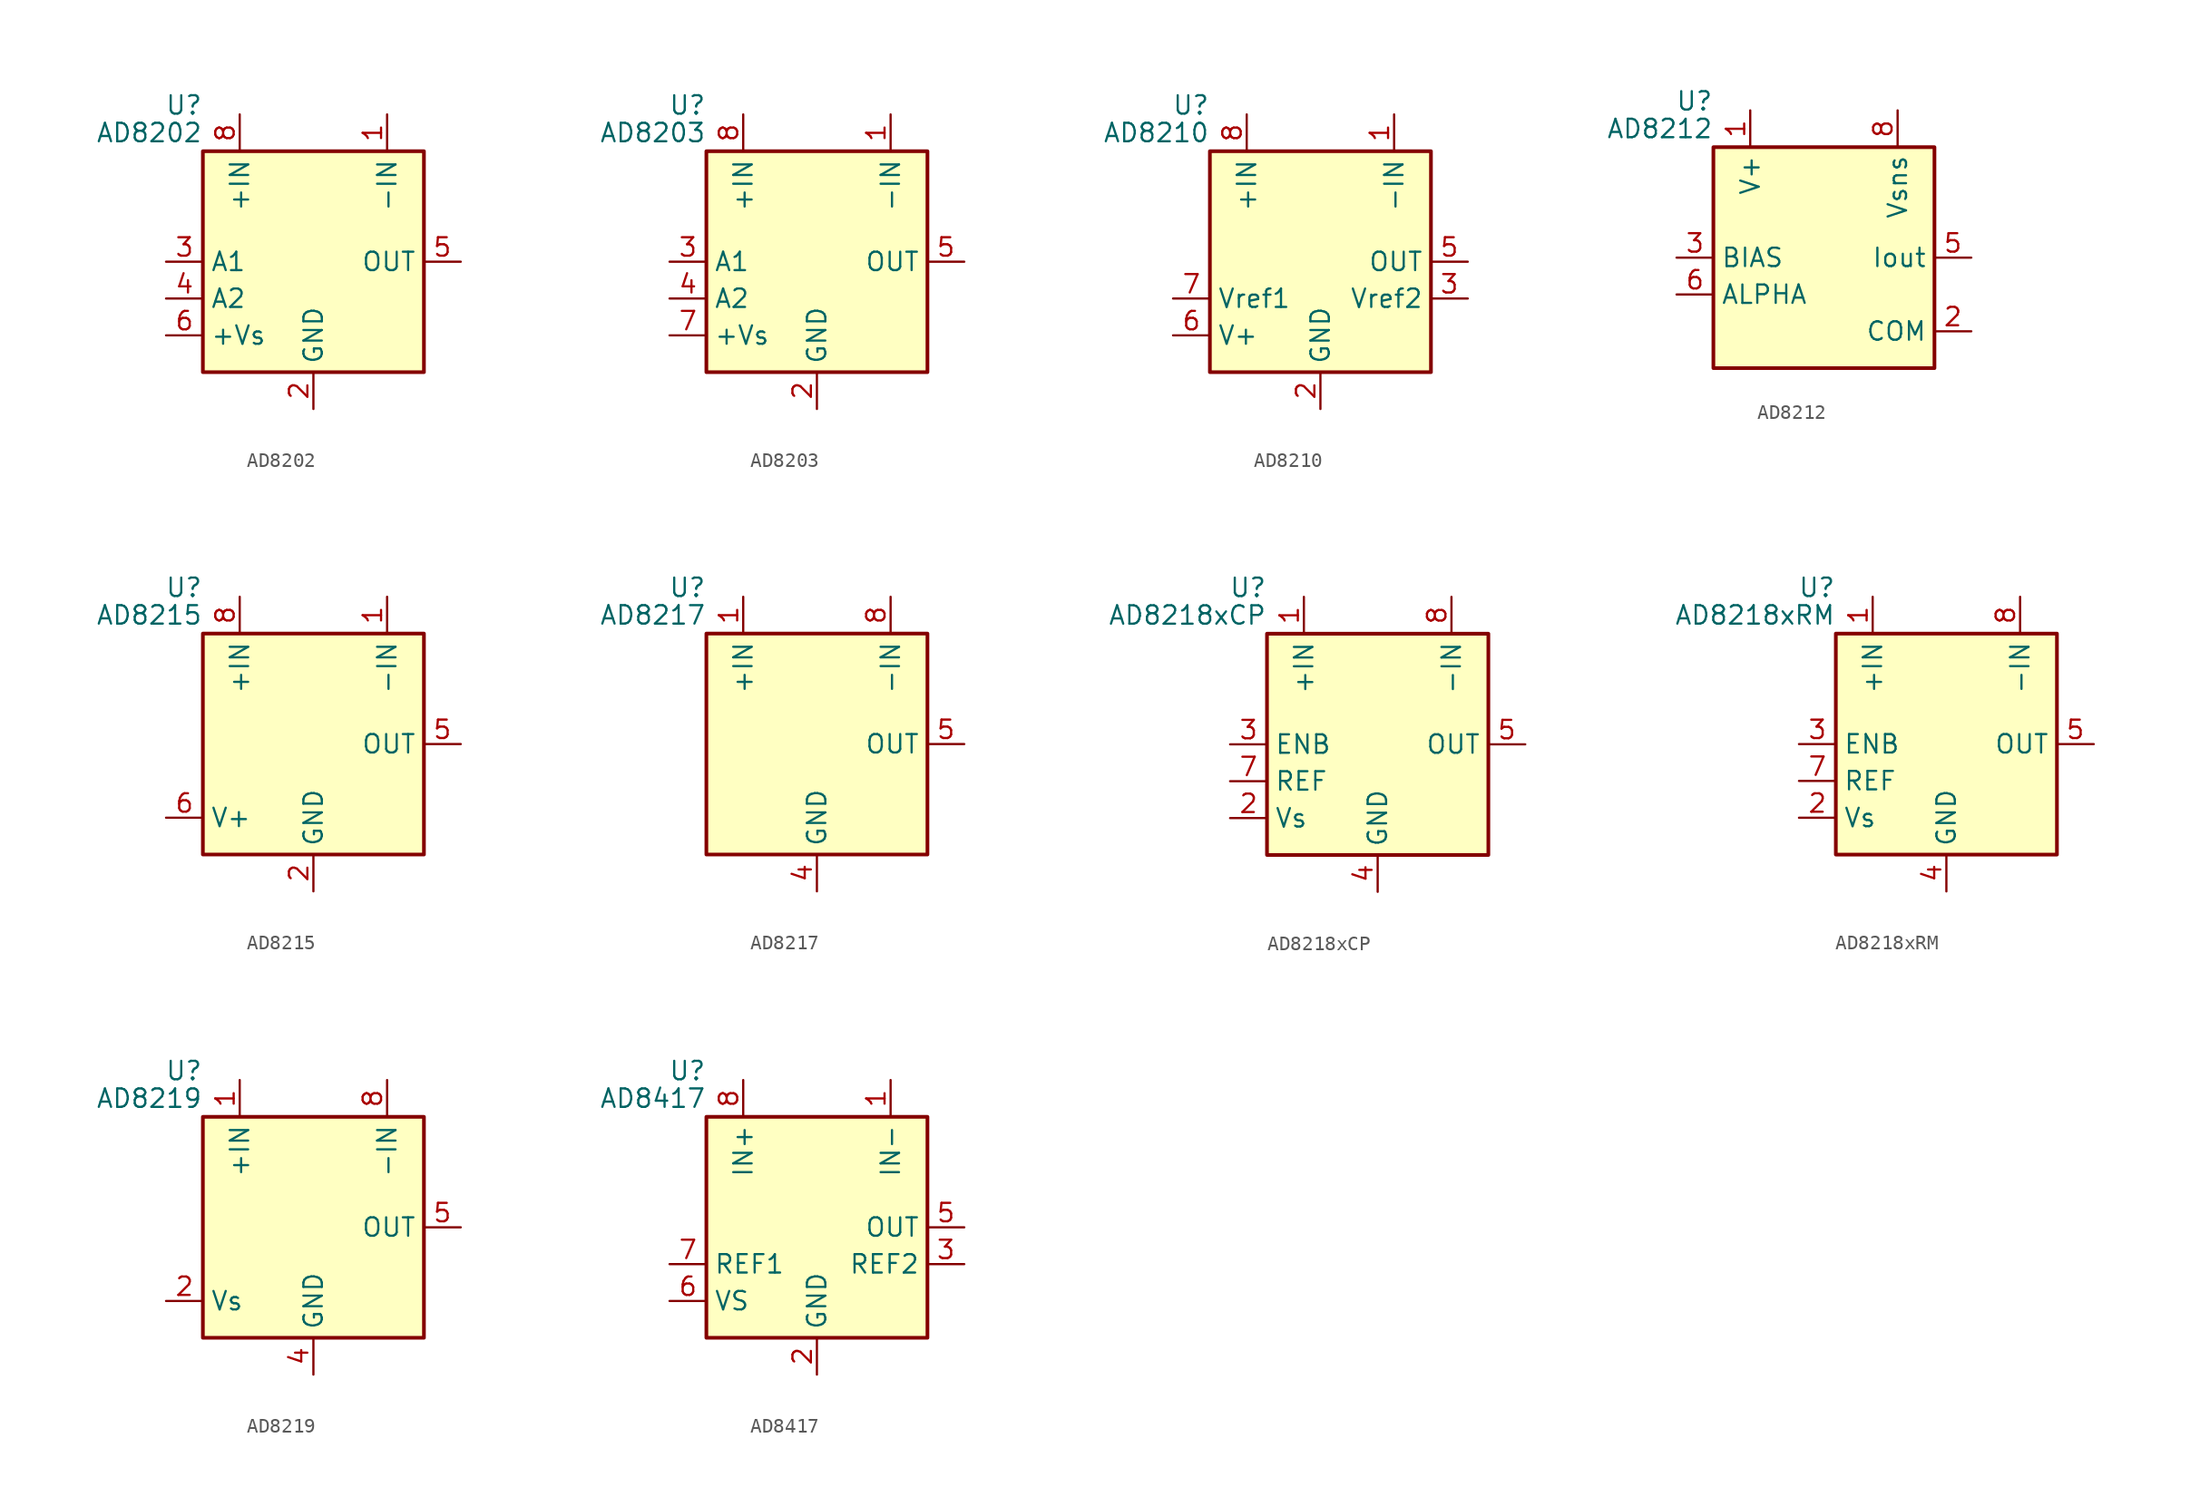
<source format=kicad_sym>
(kicad_symbol_lib
  (version 20200908)
  (generator kicad_symbol_editor)
  (symbol "Amplifier_Current:AD8202"
    (property "Reference" "U"
      (at -7.62 10.795 0)
      (effects (font (size 1.27 1.27)) (justify right)))
    (property "Value" "AD8202"
      (at -7.62 8.89 0)
      (effects (font (size 1.27 1.27)) (justify right)))
    (symbol "AD8202_0_1"
      (rectangle (start -7.62 7.62) (end 7.62 -7.62) (stroke (width 0.254)) (fill (type background))))
    (symbol "AD8202_1_1"
      (pin input line (at 5.08 10.16 270) (length 2.54) (name "-IN" (effects (font (size 1.27 1.27)))) (number "1" (effects (font (size 1.27 1.27)))))
      (pin power_in line (at 0 -10.16 90) (length 2.54) (name "GND" (effects (font (size 1.27 1.27)))) (number "2" (effects (font (size 1.27 1.27)))))
      (pin output line (at -10.16 0 0) (length 2.54) (name "A1" (effects (font (size 1.27 1.27)))) (number "3" (effects (font (size 1.27 1.27)))))
      (pin input line (at -10.16 -2.54 0) (length 2.54) (name "A2" (effects (font (size 1.27 1.27)))) (number "4" (effects (font (size 1.27 1.27)))))
      (pin output line (at 10.16 0 180) (length 2.54) (name "OUT" (effects (font (size 1.27 1.27)))) (number "5" (effects (font (size 1.27 1.27)))))
      (pin power_in line (at -10.16 -5.08 0) (length 2.54) (name "+Vs" (effects (font (size 1.27 1.27)))) (number "6" (effects (font (size 1.27 1.27)))))
      (pin unconnected line (at 2.54 -7.62 90) (length 2.54) hide (name "NC" (effects (font (size 1.27 1.27)))) (number "7" (effects (font (size 1.27 1.27)))))
      (pin input line (at -5.08 10.16 270) (length 2.54) (name "+IN" (effects (font (size 1.27 1.27)))) (number "8" (effects (font (size 1.27 1.27)))))))
  (symbol "Amplifier_Current:AD8203"
    (property "Reference" "U"
      (at -7.62 10.795 0)
      (effects (font (size 1.27 1.27)) (justify right)))
    (property "Value" "AD8203"
      (at -7.62 8.89 0)
      (effects (font (size 1.27 1.27)) (justify right)))
    (symbol "AD8203_0_1"
      (rectangle (start -7.62 7.62) (end 7.62 -7.62) (stroke (width 0.254)) (fill (type background))))
    (symbol "AD8203_1_1"
      (pin input line (at 5.08 10.16 270) (length 2.54) (name "-IN" (effects (font (size 1.27 1.27)))) (number "1" (effects (font (size 1.27 1.27)))))
      (pin power_in line (at 0 -10.16 90) (length 2.54) (name "GND" (effects (font (size 1.27 1.27)))) (number "2" (effects (font (size 1.27 1.27)))))
      (pin output line (at -10.16 0 0) (length 2.54) (name "A1" (effects (font (size 1.27 1.27)))) (number "3" (effects (font (size 1.27 1.27)))))
      (pin input line (at -10.16 -2.54 0) (length 2.54) (name "A2" (effects (font (size 1.27 1.27)))) (number "4" (effects (font (size 1.27 1.27)))))
      (pin output line (at 10.16 0 180) (length 2.54) (name "OUT" (effects (font (size 1.27 1.27)))) (number "5" (effects (font (size 1.27 1.27)))))
      (pin unconnected line (at 2.54 -7.62 90) (length 2.54) hide (name "NC" (effects (font (size 1.27 1.27)))) (number "6" (effects (font (size 1.27 1.27)))))
      (pin power_in line (at -10.16 -5.08 0) (length 2.54) (name "+Vs" (effects (font (size 1.27 1.27)))) (number "7" (effects (font (size 1.27 1.27)))))
      (pin input line (at -5.08 10.16 270) (length 2.54) (name "+IN" (effects (font (size 1.27 1.27)))) (number "8" (effects (font (size 1.27 1.27)))))))
  (symbol "Amplifier_Current:AD8210"
    (property "Reference" "U"
      (at -7.62 10.795 0)
      (effects (font (size 1.27 1.27)) (justify right)))
    (property "Value" "AD8210"
      (at -7.62 8.89 0)
      (effects (font (size 1.27 1.27)) (justify right)))
    (symbol "AD8210_0_1"
      (rectangle (start -7.62 7.62) (end 7.62 -7.62) (stroke (width 0.254)) (fill (type background))))
    (symbol "AD8210_1_1"
      (pin input line (at 5.08 10.16 270) (length 2.54) (name "-IN" (effects (font (size 1.27 1.27)))) (number "1" (effects (font (size 1.27 1.27)))))
      (pin power_in line (at 0 -10.16 90) (length 2.54) (name "GND" (effects (font (size 1.27 1.27)))) (number "2" (effects (font (size 1.27 1.27)))))
      (pin input line (at 10.16 -2.54 180) (length 2.54) (name "Vref2" (effects (font (size 1.27 1.27)))) (number "3" (effects (font (size 1.27 1.27)))))
      (pin unconnected line (at 2.54 -7.62 90) (length 2.54) hide (name "NC" (effects (font (size 1.27 1.27)))) (number "4" (effects (font (size 1.27 1.27)))))
      (pin output line (at 10.16 0 180) (length 2.54) (name "OUT" (effects (font (size 1.27 1.27)))) (number "5" (effects (font (size 1.27 1.27)))))
      (pin power_in line (at -10.16 -5.08 0) (length 2.54) (name "V+" (effects (font (size 1.27 1.27)))) (number "6" (effects (font (size 1.27 1.27)))))
      (pin input line (at -10.16 -2.54 0) (length 2.54) (name "Vref1" (effects (font (size 1.27 1.27)))) (number "7" (effects (font (size 1.27 1.27)))))
      (pin input line (at -5.08 10.16 270) (length 2.54) (name "+IN" (effects (font (size 1.27 1.27)))) (number "8" (effects (font (size 1.27 1.27)))))))
  (symbol "Amplifier_Current:AD8212"
    (property "Reference" "U"
      (at -7.62 10.795 0)
      (effects (font (size 1.27 1.27)) (justify right)))
    (property "Value" "AD8212"
      (at -7.62 8.89 0)
      (effects (font (size 1.27 1.27)) (justify right)))
    (symbol "AD8212_0_1"
      (rectangle (start -7.62 7.62) (end 7.62 -7.62) (stroke (width 0.254)) (fill (type background))))
    (symbol "AD8212_1_1"
      (pin power_in line (at -5.08 10.16 270) (length 2.54) (name "V+" (effects (font (size 1.27 1.27)))) (number "1" (effects (font (size 1.27 1.27)))))
      (pin input line (at 10.16 -5.08 180) (length 2.54) (name "COM" (effects (font (size 1.27 1.27)))) (number "2" (effects (font (size 1.27 1.27)))))
      (pin input line (at -10.16 0 0) (length 2.54) (name "BIAS" (effects (font (size 1.27 1.27)))) (number "3" (effects (font (size 1.27 1.27)))))
      (pin unconnected line (at -2.54 -7.62 90) (length 2.54) hide (name "NC" (effects (font (size 1.27 1.27)))) (number "4" (effects (font (size 1.27 1.27)))))
      (pin output line (at 10.16 0 180) (length 2.54) (name "Iout" (effects (font (size 1.27 1.27)))) (number "5" (effects (font (size 1.27 1.27)))))
      (pin output line (at -10.16 -2.54 0) (length 2.54) (name "ALPHA" (effects (font (size 1.27 1.27)))) (number "6" (effects (font (size 1.27 1.27)))))
      (pin unconnected line (at 0 -7.62 90) (length 2.54) hide (name "NC" (effects (font (size 1.27 1.27)))) (number "7" (effects (font (size 1.27 1.27)))))
      (pin input line (at 5.08 10.16 270) (length 2.54) (name "Vsns" (effects (font (size 1.27 1.27)))) (number "8" (effects (font (size 1.27 1.27)))))))
  (symbol "Amplifier_Current:AD8215"
    (property "Reference" "U"
      (at -7.62 10.795 0)
      (effects (font (size 1.27 1.27)) (justify right)))
    (property "Value" "AD8215"
      (at -7.62 8.89 0)
      (effects (font (size 1.27 1.27)) (justify right)))
    (symbol "AD8215_0_1"
      (rectangle (start -7.62 7.62) (end 7.62 -7.62) (stroke (width 0.254)) (fill (type background))))
    (symbol "AD8215_1_1"
      (pin input line (at 5.08 10.16 270) (length 2.54) (name "-IN" (effects (font (size 1.27 1.27)))) (number "1" (effects (font (size 1.27 1.27)))))
      (pin power_in line (at 0 -10.16 90) (length 2.54) (name "GND" (effects (font (size 1.27 1.27)))) (number "2" (effects (font (size 1.27 1.27)))))
      (pin unconnected line (at -2.54 -7.62 90) (length 2.54) hide (name "NC" (effects (font (size 1.27 1.27)))) (number "3" (effects (font (size 1.27 1.27)))))
      (pin unconnected line (at 2.54 -7.62 90) (length 2.54) hide (name "NC" (effects (font (size 1.27 1.27)))) (number "4" (effects (font (size 1.27 1.27)))))
      (pin output line (at 10.16 0 180) (length 2.54) (name "OUT" (effects (font (size 1.27 1.27)))) (number "5" (effects (font (size 1.27 1.27)))))
      (pin power_in line (at -10.16 -5.08 0) (length 2.54) (name "V+" (effects (font (size 1.27 1.27)))) (number "6" (effects (font (size 1.27 1.27)))))
      (pin unconnected line (at 5.08 -7.62 90) (length 2.54) hide (name "NC" (effects (font (size 1.27 1.27)))) (number "7" (effects (font (size 1.27 1.27)))))
      (pin input line (at -5.08 10.16 270) (length 2.54) (name "+IN" (effects (font (size 1.27 1.27)))) (number "8" (effects (font (size 1.27 1.27)))))))
  (symbol "Amplifier_Current:AD8217"
    (property "Reference" "U"
      (at -7.62 10.795 0)
      (effects (font (size 1.27 1.27)) (justify right)))
    (property "Value" "AD8217"
      (at -7.62 8.89 0)
      (effects (font (size 1.27 1.27)) (justify right)))
    (symbol "AD8217_0_1"
      (rectangle (start -7.62 7.62) (end 7.62 -7.62) (stroke (width 0.254)) (fill (type background))))
    (symbol "AD8217_1_1"
      (pin power_in line (at -5.08 10.16 270) (length 2.54) (name "+IN" (effects (font (size 1.27 1.27)))) (number "1" (effects (font (size 1.27 1.27)))))
      (pin unconnected line (at -5.08 -7.62 90) (length 2.54) hide (name "NC" (effects (font (size 1.27 1.27)))) (number "2" (effects (font (size 1.27 1.27)))))
      (pin unconnected line (at -2.54 -7.62 90) (length 2.54) hide (name "NC" (effects (font (size 1.27 1.27)))) (number "3" (effects (font (size 1.27 1.27)))))
      (pin power_in line (at 0 -10.16 90) (length 2.54) (name "GND" (effects (font (size 1.27 1.27)))) (number "4" (effects (font (size 1.27 1.27)))))
      (pin output line (at 10.16 0 180) (length 2.54) (name "OUT" (effects (font (size 1.27 1.27)))) (number "5" (effects (font (size 1.27 1.27)))))
      (pin unconnected line (at 2.54 -7.62 90) (length 2.54) hide (name "NC" (effects (font (size 1.27 1.27)))) (number "6" (effects (font (size 1.27 1.27)))))
      (pin unconnected line (at 5.08 -7.62 90) (length 2.54) hide (name "NC" (effects (font (size 1.27 1.27)))) (number "7" (effects (font (size 1.27 1.27)))))
      (pin input line (at 5.08 10.16 270) (length 2.54) (name "-IN" (effects (font (size 1.27 1.27)))) (number "8" (effects (font (size 1.27 1.27)))))))
  (symbol "Amplifier_Current:AD8218xCP"
    (property "Reference" "U"
      (at -7.62 10.795 0)
      (effects (font (size 1.27 1.27)) (justify right)))
    (property "Value" "AD8218xCP"
      (at -7.62 8.89 0)
      (effects (font (size 1.27 1.27)) (justify right)))
    (symbol "AD8218xCP_0_1"
      (rectangle (start -7.62 7.62) (end 7.62 -7.62) (stroke (width 0.254)) (fill (type background))))
    (symbol "AD8218xCP_1_1"
      (pin input line (at -5.08 10.16 270) (length 2.54) (name "+IN" (effects (font (size 1.27 1.27)))) (number "1" (effects (font (size 1.27 1.27)))))
      (pin passive line (at -10.16 -5.08 0) (length 2.54) (name "Vs" (effects (font (size 1.27 1.27)))) (number "2" (effects (font (size 1.27 1.27)))))
      (pin input line (at -10.16 0 0) (length 2.54) (name "ENB" (effects (font (size 1.27 1.27)))) (number "3" (effects (font (size 1.27 1.27)))))
      (pin power_in line (at 0 -10.16 90) (length 2.54) (name "GND" (effects (font (size 1.27 1.27)))) (number "4" (effects (font (size 1.27 1.27)))))
      (pin output line (at 10.16 0 180) (length 2.54) (name "OUT" (effects (font (size 1.27 1.27)))) (number "5" (effects (font (size 1.27 1.27)))))
      (pin unconnected line (at 2.54 -7.62 90) (length 2.54) hide (name "NC" (effects (font (size 1.27 1.27)))) (number "6" (effects (font (size 1.27 1.27)))))
      (pin input line (at -10.16 -2.54 0) (length 2.54) (name "REF" (effects (font (size 1.27 1.27)))) (number "7" (effects (font (size 1.27 1.27)))))
      (pin input line (at 5.08 10.16 270) (length 2.54) (name "-IN" (effects (font (size 1.27 1.27)))) (number "8" (effects (font (size 1.27 1.27)))))
      (pin passive line (at 0 -10.16 90) (length 2.54) hide (name "GND" (effects (font (size 1.27 1.27)))) (number "9" (effects (font (size 1.27 1.27)))))))
  (symbol "Amplifier_Current:AD8218xRM"
    (property "Reference" "U"
      (at -7.62 10.795 0)
      (effects (font (size 1.27 1.27)) (justify right)))
    (property "Value" "AD8218xRM"
      (at -7.62 8.89 0)
      (effects (font (size 1.27 1.27)) (justify right)))
    (symbol "AD8218xRM_0_1"
      (rectangle (start -7.62 7.62) (end 7.62 -7.62) (stroke (width 0.254)) (fill (type background))))
    (symbol "AD8218xRM_1_1"
      (pin input line (at -5.08 10.16 270) (length 2.54) (name "+IN" (effects (font (size 1.27 1.27)))) (number "1" (effects (font (size 1.27 1.27)))))
      (pin passive line (at -10.16 -5.08 0) (length 2.54) (name "Vs" (effects (font (size 1.27 1.27)))) (number "2" (effects (font (size 1.27 1.27)))))
      (pin input line (at -10.16 0 0) (length 2.54) (name "ENB" (effects (font (size 1.27 1.27)))) (number "3" (effects (font (size 1.27 1.27)))))
      (pin power_in line (at 0 -10.16 90) (length 2.54) (name "GND" (effects (font (size 1.27 1.27)))) (number "4" (effects (font (size 1.27 1.27)))))
      (pin output line (at 10.16 0 180) (length 2.54) (name "OUT" (effects (font (size 1.27 1.27)))) (number "5" (effects (font (size 1.27 1.27)))))
      (pin unconnected line (at 2.54 -7.62 90) (length 2.54) hide (name "NC" (effects (font (size 1.27 1.27)))) (number "6" (effects (font (size 1.27 1.27)))))
      (pin input line (at -10.16 -2.54 0) (length 2.54) (name "REF" (effects (font (size 1.27 1.27)))) (number "7" (effects (font (size 1.27 1.27)))))
      (pin input line (at 5.08 10.16 270) (length 2.54) (name "-IN" (effects (font (size 1.27 1.27)))) (number "8" (effects (font (size 1.27 1.27)))))))
  (symbol "Amplifier_Current:AD8219"
    (property "Reference" "U"
      (at -7.62 10.795 0)
      (effects (font (size 1.27 1.27)) (justify right)))
    (property "Value" "AD8219"
      (at -7.62 8.89 0)
      (effects (font (size 1.27 1.27)) (justify right)))
    (symbol "AD8219_0_1"
      (rectangle (start -7.62 7.62) (end 7.62 -7.62) (stroke (width 0.254)) (fill (type background))))
    (symbol "AD8219_1_1"
      (pin input line (at -5.08 10.16 270) (length 2.54) (name "+IN" (effects (font (size 1.27 1.27)))) (number "1" (effects (font (size 1.27 1.27)))))
      (pin power_in line (at -10.16 -5.08 0) (length 2.54) (name "Vs" (effects (font (size 1.27 1.27)))) (number "2" (effects (font (size 1.27 1.27)))))
      (pin unconnected line (at -2.54 -7.62 90) (length 2.54) hide (name "NC" (effects (font (size 1.27 1.27)))) (number "3" (effects (font (size 1.27 1.27)))))
      (pin power_in line (at 0 -10.16 90) (length 2.54) (name "GND" (effects (font (size 1.27 1.27)))) (number "4" (effects (font (size 1.27 1.27)))))
      (pin output line (at 10.16 0 180) (length 2.54) (name "OUT" (effects (font (size 1.27 1.27)))) (number "5" (effects (font (size 1.27 1.27)))))
      (pin unconnected line (at 2.54 -7.62 90) (length 2.54) hide (name "NC" (effects (font (size 1.27 1.27)))) (number "6" (effects (font (size 1.27 1.27)))))
      (pin unconnected line (at 5.08 -7.62 90) (length 2.54) hide (name "NC" (effects (font (size 1.27 1.27)))) (number "7" (effects (font (size 1.27 1.27)))))
      (pin input line (at 5.08 10.16 270) (length 2.54) (name "-IN" (effects (font (size 1.27 1.27)))) (number "8" (effects (font (size 1.27 1.27)))))))
  (symbol "Amplifier_Current:AD8417"
    (property "Reference" "U"
      (at -7.62 10.795 0)
      (effects (font (size 1.27 1.27)) (justify right)))
    (property "Value" "AD8417"
      (at -7.62 8.89 0)
      (effects (font (size 1.27 1.27)) (justify right)))
    (symbol "AD8417_0_1"
      (rectangle (start -7.62 7.62) (end 7.62 -7.62) (stroke (width 0.254)) (fill (type background))))
    (symbol "AD8417_1_1"
      (pin input line (at 5.08 10.16 270) (length 2.54) (name "IN-" (effects (font (size 1.27 1.27)))) (number "1" (effects (font (size 1.27 1.27)))))
      (pin power_in line (at 0 -10.16 90) (length 2.54) (name "GND" (effects (font (size 1.27 1.27)))) (number "2" (effects (font (size 1.27 1.27)))))
      (pin input line (at 10.16 -2.54 180) (length 2.54) (name "REF2" (effects (font (size 1.27 1.27)))) (number "3" (effects (font (size 1.27 1.27)))))
      (pin unconnected line (at 2.54 -7.62 90) (length 2.54) hide (name "NC" (effects (font (size 1.27 1.27)))) (number "4" (effects (font (size 1.27 1.27)))))
      (pin output line (at 10.16 0 180) (length 2.54) (name "OUT" (effects (font (size 1.27 1.27)))) (number "5" (effects (font (size 1.27 1.27)))))
      (pin power_in line (at -10.16 -5.08 0) (length 2.54) (name "VS" (effects (font (size 1.27 1.27)))) (number "6" (effects (font (size 1.27 1.27)))))
      (pin input line (at -10.16 -2.54 0) (length 2.54) (name "REF1" (effects (font (size 1.27 1.27)))) (number "7" (effects (font (size 1.27 1.27)))))
      (pin input line (at -5.08 10.16 270) (length 2.54) (name "IN+" (effects (font (size 1.27 1.27)))) (number "8" (effects (font (size 1.27 1.27))))))))
</source>
